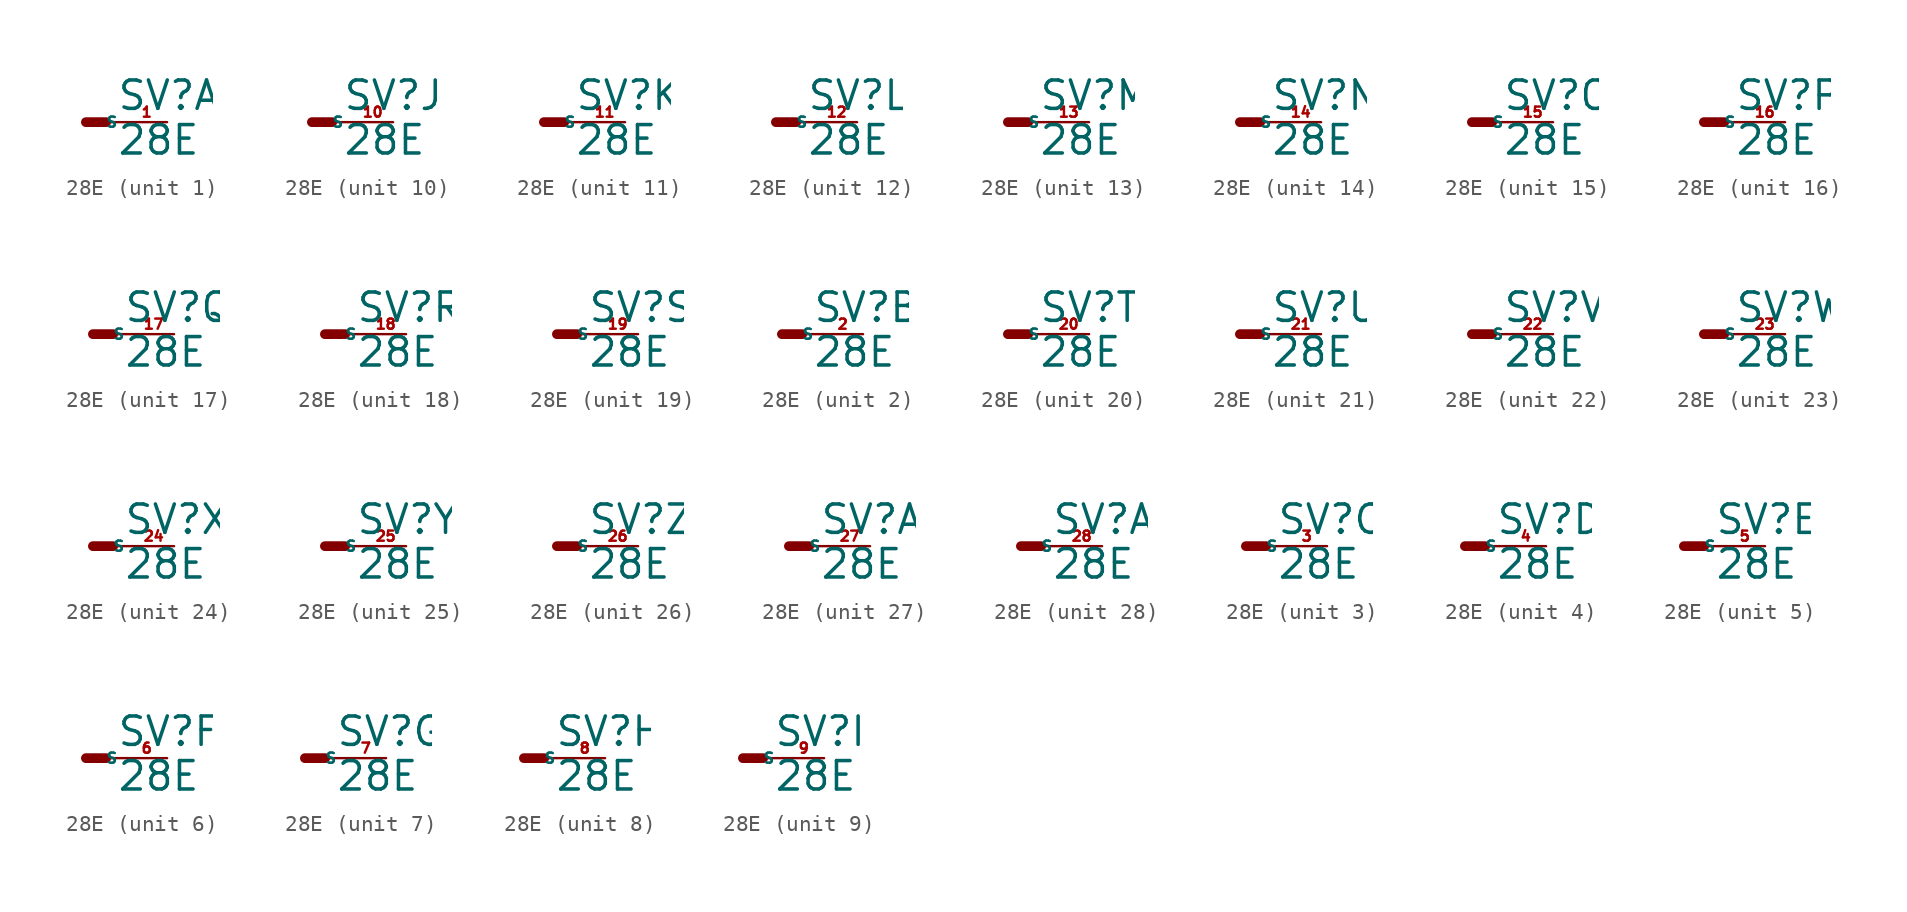
<source format=kicad_sym>
(kicad_symbol_lib
  (version 20220914)
  (generator Eagle2Kicad)
  (symbol "28E"
    (property "Reference" "SV"
      (at 1.905 0.635 0)
      (effects (font (size 1.778 1.778) (thickness 0.22)) (justify left bottom)))
    (property "Value" "28E"
      (at 1.905 -2.159 0)
      (effects (font (size 1.778 1.778) (thickness 0.22)) (justify left bottom)))
    (symbol "28E_1_0"
      (polyline (pts (xy 0 0) (xy 1.27 0)) (stroke (width 0.61) (type default)) (fill (type none)))
      (polyline (pts (xy 2.54 0) (xy 1.27 0)) (stroke (width 0.152) (type default)) (fill (type none)))
      (pin passive line (at 5.08 0 180) (length 2.54) (name "S" (effects (font (size 0.635 0.635) (thickness 0.08)) (justify left bottom))) (number "1" (effects (font (size 0.635 0.635) (thickness 0.08)) (justify left bottom)))))
    (symbol "28E_2_0"
      (polyline (pts (xy 0 0) (xy 1.27 0)) (stroke (width 0.61) (type default)) (fill (type none)))
      (polyline (pts (xy 2.54 0) (xy 1.27 0)) (stroke (width 0.152) (type default)) (fill (type none)))
      (pin passive line (at 5.08 0 180) (length 2.54) (name "S" (effects (font (size 0.635 0.635) (thickness 0.08)) (justify left bottom))) (number "2" (effects (font (size 0.635 0.635) (thickness 0.08)) (justify left bottom)))))
    (symbol "28E_3_0"
      (polyline (pts (xy 0 0) (xy 1.27 0)) (stroke (width 0.61) (type default)) (fill (type none)))
      (polyline (pts (xy 2.54 0) (xy 1.27 0)) (stroke (width 0.152) (type default)) (fill (type none)))
      (pin passive line (at 5.08 0 180) (length 2.54) (name "S" (effects (font (size 0.635 0.635) (thickness 0.08)) (justify left bottom))) (number "3" (effects (font (size 0.635 0.635) (thickness 0.08)) (justify left bottom)))))
    (symbol "28E_4_0"
      (polyline (pts (xy 0 0) (xy 1.27 0)) (stroke (width 0.61) (type default)) (fill (type none)))
      (polyline (pts (xy 2.54 0) (xy 1.27 0)) (stroke (width 0.152) (type default)) (fill (type none)))
      (pin passive line (at 5.08 0 180) (length 2.54) (name "S" (effects (font (size 0.635 0.635) (thickness 0.08)) (justify left bottom))) (number "4" (effects (font (size 0.635 0.635) (thickness 0.08)) (justify left bottom)))))
    (symbol "28E_5_0"
      (polyline (pts (xy 0 0) (xy 1.27 0)) (stroke (width 0.61) (type default)) (fill (type none)))
      (polyline (pts (xy 2.54 0) (xy 1.27 0)) (stroke (width 0.152) (type default)) (fill (type none)))
      (pin passive line (at 5.08 0 180) (length 2.54) (name "S" (effects (font (size 0.635 0.635) (thickness 0.08)) (justify left bottom))) (number "5" (effects (font (size 0.635 0.635) (thickness 0.08)) (justify left bottom)))))
    (symbol "28E_6_0"
      (polyline (pts (xy 0 0) (xy 1.27 0)) (stroke (width 0.61) (type default)) (fill (type none)))
      (polyline (pts (xy 2.54 0) (xy 1.27 0)) (stroke (width 0.152) (type default)) (fill (type none)))
      (pin passive line (at 5.08 0 180) (length 2.54) (name "S" (effects (font (size 0.635 0.635) (thickness 0.08)) (justify left bottom))) (number "6" (effects (font (size 0.635 0.635) (thickness 0.08)) (justify left bottom)))))
    (symbol "28E_7_0"
      (polyline (pts (xy 0 0) (xy 1.27 0)) (stroke (width 0.61) (type default)) (fill (type none)))
      (polyline (pts (xy 2.54 0) (xy 1.27 0)) (stroke (width 0.152) (type default)) (fill (type none)))
      (pin passive line (at 5.08 0 180) (length 2.54) (name "S" (effects (font (size 0.635 0.635) (thickness 0.08)) (justify left bottom))) (number "7" (effects (font (size 0.635 0.635) (thickness 0.08)) (justify left bottom)))))
    (symbol "28E_8_0"
      (polyline (pts (xy 0 0) (xy 1.27 0)) (stroke (width 0.61) (type default)) (fill (type none)))
      (polyline (pts (xy 2.54 0) (xy 1.27 0)) (stroke (width 0.152) (type default)) (fill (type none)))
      (pin passive line (at 5.08 0 180) (length 2.54) (name "S" (effects (font (size 0.635 0.635) (thickness 0.08)) (justify left bottom))) (number "8" (effects (font (size 0.635 0.635) (thickness 0.08)) (justify left bottom)))))
    (symbol "28E_9_0"
      (polyline (pts (xy 0 0) (xy 1.27 0)) (stroke (width 0.61) (type default)) (fill (type none)))
      (polyline (pts (xy 2.54 0) (xy 1.27 0)) (stroke (width 0.152) (type default)) (fill (type none)))
      (pin passive line (at 5.08 0 180) (length 2.54) (name "S" (effects (font (size 0.635 0.635) (thickness 0.08)) (justify left bottom))) (number "9" (effects (font (size 0.635 0.635) (thickness 0.08)) (justify left bottom)))))
    (symbol "28E_10_0"
      (polyline (pts (xy 0 0) (xy 1.27 0)) (stroke (width 0.61) (type default)) (fill (type none)))
      (polyline (pts (xy 2.54 0) (xy 1.27 0)) (stroke (width 0.152) (type default)) (fill (type none)))
      (pin passive line (at 5.08 0 180) (length 2.54) (name "S" (effects (font (size 0.635 0.635) (thickness 0.08)) (justify left bottom))) (number "10" (effects (font (size 0.635 0.635) (thickness 0.08)) (justify left bottom)))))
    (symbol "28E_11_0"
      (polyline (pts (xy 0 0) (xy 1.27 0)) (stroke (width 0.61) (type default)) (fill (type none)))
      (polyline (pts (xy 2.54 0) (xy 1.27 0)) (stroke (width 0.152) (type default)) (fill (type none)))
      (pin passive line (at 5.08 0 180) (length 2.54) (name "S" (effects (font (size 0.635 0.635) (thickness 0.08)) (justify left bottom))) (number "11" (effects (font (size 0.635 0.635) (thickness 0.08)) (justify left bottom)))))
    (symbol "28E_12_0"
      (polyline (pts (xy 0 0) (xy 1.27 0)) (stroke (width 0.61) (type default)) (fill (type none)))
      (polyline (pts (xy 2.54 0) (xy 1.27 0)) (stroke (width 0.152) (type default)) (fill (type none)))
      (pin passive line (at 5.08 0 180) (length 2.54) (name "S" (effects (font (size 0.635 0.635) (thickness 0.08)) (justify left bottom))) (number "12" (effects (font (size 0.635 0.635) (thickness 0.08)) (justify left bottom)))))
    (symbol "28E_13_0"
      (polyline (pts (xy 0 0) (xy 1.27 0)) (stroke (width 0.61) (type default)) (fill (type none)))
      (polyline (pts (xy 2.54 0) (xy 1.27 0)) (stroke (width 0.152) (type default)) (fill (type none)))
      (pin passive line (at 5.08 0 180) (length 2.54) (name "S" (effects (font (size 0.635 0.635) (thickness 0.08)) (justify left bottom))) (number "13" (effects (font (size 0.635 0.635) (thickness 0.08)) (justify left bottom)))))
    (symbol "28E_14_0"
      (polyline (pts (xy 0 0) (xy 1.27 0)) (stroke (width 0.61) (type default)) (fill (type none)))
      (polyline (pts (xy 2.54 0) (xy 1.27 0)) (stroke (width 0.152) (type default)) (fill (type none)))
      (pin passive line (at 5.08 0 180) (length 2.54) (name "S" (effects (font (size 0.635 0.635) (thickness 0.08)) (justify left bottom))) (number "14" (effects (font (size 0.635 0.635) (thickness 0.08)) (justify left bottom)))))
    (symbol "28E_15_0"
      (polyline (pts (xy 0 0) (xy 1.27 0)) (stroke (width 0.61) (type default)) (fill (type none)))
      (polyline (pts (xy 2.54 0) (xy 1.27 0)) (stroke (width 0.152) (type default)) (fill (type none)))
      (pin passive line (at 5.08 0 180) (length 2.54) (name "S" (effects (font (size 0.635 0.635) (thickness 0.08)) (justify left bottom))) (number "15" (effects (font (size 0.635 0.635) (thickness 0.08)) (justify left bottom)))))
    (symbol "28E_16_0"
      (polyline (pts (xy 0 0) (xy 1.27 0)) (stroke (width 0.61) (type default)) (fill (type none)))
      (polyline (pts (xy 2.54 0) (xy 1.27 0)) (stroke (width 0.152) (type default)) (fill (type none)))
      (pin passive line (at 5.08 0 180) (length 2.54) (name "S" (effects (font (size 0.635 0.635) (thickness 0.08)) (justify left bottom))) (number "16" (effects (font (size 0.635 0.635) (thickness 0.08)) (justify left bottom)))))
    (symbol "28E_17_0"
      (polyline (pts (xy 0 0) (xy 1.27 0)) (stroke (width 0.61) (type default)) (fill (type none)))
      (polyline (pts (xy 2.54 0) (xy 1.27 0)) (stroke (width 0.152) (type default)) (fill (type none)))
      (pin passive line (at 5.08 0 180) (length 2.54) (name "S" (effects (font (size 0.635 0.635) (thickness 0.08)) (justify left bottom))) (number "17" (effects (font (size 0.635 0.635) (thickness 0.08)) (justify left bottom)))))
    (symbol "28E_18_0"
      (polyline (pts (xy 0 0) (xy 1.27 0)) (stroke (width 0.61) (type default)) (fill (type none)))
      (polyline (pts (xy 2.54 0) (xy 1.27 0)) (stroke (width 0.152) (type default)) (fill (type none)))
      (pin passive line (at 5.08 0 180) (length 2.54) (name "S" (effects (font (size 0.635 0.635) (thickness 0.08)) (justify left bottom))) (number "18" (effects (font (size 0.635 0.635) (thickness 0.08)) (justify left bottom)))))
    (symbol "28E_19_0"
      (polyline (pts (xy 0 0) (xy 1.27 0)) (stroke (width 0.61) (type default)) (fill (type none)))
      (polyline (pts (xy 2.54 0) (xy 1.27 0)) (stroke (width 0.152) (type default)) (fill (type none)))
      (pin passive line (at 5.08 0 180) (length 2.54) (name "S" (effects (font (size 0.635 0.635) (thickness 0.08)) (justify left bottom))) (number "19" (effects (font (size 0.635 0.635) (thickness 0.08)) (justify left bottom)))))
    (symbol "28E_20_0"
      (polyline (pts (xy 0 0) (xy 1.27 0)) (stroke (width 0.61) (type default)) (fill (type none)))
      (polyline (pts (xy 2.54 0) (xy 1.27 0)) (stroke (width 0.152) (type default)) (fill (type none)))
      (pin passive line (at 5.08 0 180) (length 2.54) (name "S" (effects (font (size 0.635 0.635) (thickness 0.08)) (justify left bottom))) (number "20" (effects (font (size 0.635 0.635) (thickness 0.08)) (justify left bottom)))))
    (symbol "28E_21_0"
      (polyline (pts (xy 0 0) (xy 1.27 0)) (stroke (width 0.61) (type default)) (fill (type none)))
      (polyline (pts (xy 2.54 0) (xy 1.27 0)) (stroke (width 0.152) (type default)) (fill (type none)))
      (pin passive line (at 5.08 0 180) (length 2.54) (name "S" (effects (font (size 0.635 0.635) (thickness 0.08)) (justify left bottom))) (number "21" (effects (font (size 0.635 0.635) (thickness 0.08)) (justify left bottom)))))
    (symbol "28E_22_0"
      (polyline (pts (xy 0 0) (xy 1.27 0)) (stroke (width 0.61) (type default)) (fill (type none)))
      (polyline (pts (xy 2.54 0) (xy 1.27 0)) (stroke (width 0.152) (type default)) (fill (type none)))
      (pin passive line (at 5.08 0 180) (length 2.54) (name "S" (effects (font (size 0.635 0.635) (thickness 0.08)) (justify left bottom))) (number "22" (effects (font (size 0.635 0.635) (thickness 0.08)) (justify left bottom)))))
    (symbol "28E_23_0"
      (polyline (pts (xy 0 0) (xy 1.27 0)) (stroke (width 0.61) (type default)) (fill (type none)))
      (polyline (pts (xy 2.54 0) (xy 1.27 0)) (stroke (width 0.152) (type default)) (fill (type none)))
      (pin passive line (at 5.08 0 180) (length 2.54) (name "S" (effects (font (size 0.635 0.635) (thickness 0.08)) (justify left bottom))) (number "23" (effects (font (size 0.635 0.635) (thickness 0.08)) (justify left bottom)))))
    (symbol "28E_24_0"
      (polyline (pts (xy 0 0) (xy 1.27 0)) (stroke (width 0.61) (type default)) (fill (type none)))
      (polyline (pts (xy 2.54 0) (xy 1.27 0)) (stroke (width 0.152) (type default)) (fill (type none)))
      (pin passive line (at 5.08 0 180) (length 2.54) (name "S" (effects (font (size 0.635 0.635) (thickness 0.08)) (justify left bottom))) (number "24" (effects (font (size 0.635 0.635) (thickness 0.08)) (justify left bottom)))))
    (symbol "28E_25_0"
      (polyline (pts (xy 0 0) (xy 1.27 0)) (stroke (width 0.61) (type default)) (fill (type none)))
      (polyline (pts (xy 2.54 0) (xy 1.27 0)) (stroke (width 0.152) (type default)) (fill (type none)))
      (pin passive line (at 5.08 0 180) (length 2.54) (name "S" (effects (font (size 0.635 0.635) (thickness 0.08)) (justify left bottom))) (number "25" (effects (font (size 0.635 0.635) (thickness 0.08)) (justify left bottom)))))
    (symbol "28E_26_0"
      (polyline (pts (xy 0 0) (xy 1.27 0)) (stroke (width 0.61) (type default)) (fill (type none)))
      (polyline (pts (xy 2.54 0) (xy 1.27 0)) (stroke (width 0.152) (type default)) (fill (type none)))
      (pin passive line (at 5.08 0 180) (length 2.54) (name "S" (effects (font (size 0.635 0.635) (thickness 0.08)) (justify left bottom))) (number "26" (effects (font (size 0.635 0.635) (thickness 0.08)) (justify left bottom)))))
    (symbol "28E_27_0"
      (polyline (pts (xy 0 0) (xy 1.27 0)) (stroke (width 0.61) (type default)) (fill (type none)))
      (polyline (pts (xy 2.54 0) (xy 1.27 0)) (stroke (width 0.152) (type default)) (fill (type none)))
      (pin passive line (at 5.08 0 180) (length 2.54) (name "S" (effects (font (size 0.635 0.635) (thickness 0.08)) (justify left bottom))) (number "27" (effects (font (size 0.635 0.635) (thickness 0.08)) (justify left bottom)))))
    (symbol "28E_28_0"
      (polyline (pts (xy 0 0) (xy 1.27 0)) (stroke (width 0.61) (type default)) (fill (type none)))
      (polyline (pts (xy 2.54 0) (xy 1.27 0)) (stroke (width 0.152) (type default)) (fill (type none)))
      (pin passive line (at 5.08 0 180) (length 2.54) (name "S" (effects (font (size 0.635 0.635) (thickness 0.08)) (justify left bottom))) (number "28" (effects (font (size 0.635 0.635) (thickness 0.08)) (justify left bottom)))))))
</source>
